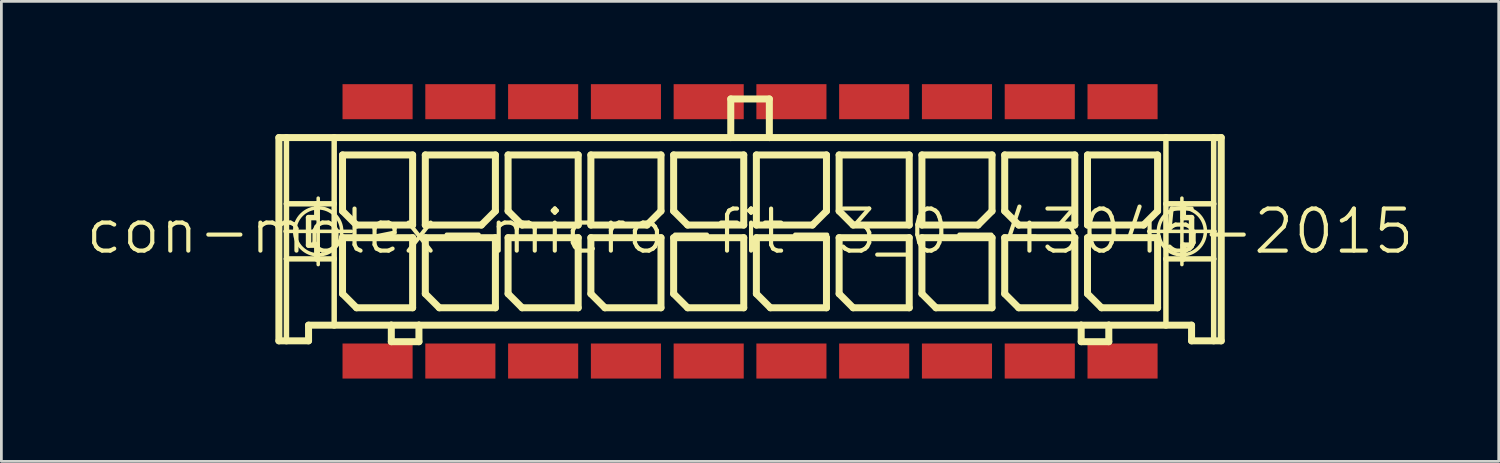
<source format=kicad_pcb>
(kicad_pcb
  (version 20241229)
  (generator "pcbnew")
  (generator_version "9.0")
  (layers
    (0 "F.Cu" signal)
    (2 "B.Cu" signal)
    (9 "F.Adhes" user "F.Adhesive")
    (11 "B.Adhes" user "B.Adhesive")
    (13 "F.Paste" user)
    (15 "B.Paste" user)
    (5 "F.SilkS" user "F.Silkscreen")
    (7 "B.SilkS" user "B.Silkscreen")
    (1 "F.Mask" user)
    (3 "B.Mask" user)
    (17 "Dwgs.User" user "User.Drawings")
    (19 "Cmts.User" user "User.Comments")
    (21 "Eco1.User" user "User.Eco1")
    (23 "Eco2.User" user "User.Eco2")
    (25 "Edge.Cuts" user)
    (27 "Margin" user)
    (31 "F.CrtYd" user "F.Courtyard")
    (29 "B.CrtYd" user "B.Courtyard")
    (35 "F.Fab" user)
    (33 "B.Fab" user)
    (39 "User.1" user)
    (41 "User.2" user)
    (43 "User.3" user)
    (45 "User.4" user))
  (footprint "con-molex-micro-fit-3_0-43045-2015"
    (layer "F.Cu")
    (at 24.13 5.334)
    (property "Reference" "con-molex-micro-fit-3_0-43045-2015" (at 0 0 0) (layer "F.SilkS") (effects (font (size 1.524 1.524) (thickness 0.15))))
    (attr smd)
    (fp_line (start -17.074 -3.399) (end -16.8 -3.399) (stroke (width 0.254) (type solid)) (layer "F.SilkS"))
    (fp_line (start -17.074 3.967) (end -17.074 -3.399) (stroke (width 0.254) (type solid)) (layer "F.SilkS"))
    (fp_line (start -16.853 0) (end -14.445 0) (stroke (width 0.127) (type solid)) (layer "F.SilkS"))
    (fp_line (start -16.8 -3.399) (end -15.07 -3.399) (stroke (width 0.254) (type solid)) (layer "F.SilkS"))
    (fp_line (start -16.8 -0.998) (end -16.8 -3.399) (stroke (width 0.198) (type solid)) (layer "F.SilkS"))
    (fp_line (start -16.8 0.998) (end -16.8 -0.998) (stroke (width 0.198) (type solid)) (layer "F.SilkS"))
    (fp_line (start -16.8 3.967) (end -17.074 3.967) (stroke (width 0.254) (type solid)) (layer "F.SilkS"))
    (fp_line (start -16.8 3.967) (end -16.8 0.998) (stroke (width 0.198) (type solid)) (layer "F.SilkS"))
    (fp_line (start -15.999 -0.498) (end -15.999 0.498) (stroke (width 0.198) (type solid)) (layer "F.SilkS"))
    (fp_line (start -15.999 0.498) (end -15.7 0.498) (stroke (width 0.198) (type solid)) (layer "F.SilkS"))
    (fp_line (start -15.999 3.399) (end -15.999 3.967) (stroke (width 0.254) (type solid)) (layer "F.SilkS"))
    (fp_line (start -15.999 3.967) (end -16.8 3.967) (stroke (width 0.254) (type solid)) (layer "F.SilkS"))
    (fp_line (start -15.7 -0.998) (end -16.8 -0.998) (stroke (width 0.198) (type solid)) (layer "F.SilkS"))
    (fp_line (start -15.7 -0.998) (end -15.7 -0.498) (stroke (width 0.198) (type solid)) (layer "F.SilkS"))
    (fp_line (start -15.7 -0.498) (end -15.999 -0.498) (stroke (width 0.198) (type solid)) (layer "F.SilkS"))
    (fp_line (start -15.7 0.498) (end -15.7 0.998) (stroke (width 0.198) (type solid)) (layer "F.SilkS"))
    (fp_line (start -15.7 0.998) (end -16.8 0.998) (stroke (width 0.198) (type solid)) (layer "F.SilkS"))
    (fp_line (start -15.649 1.204) (end -15.649 -1.204) (stroke (width 0.127) (type solid)) (layer "F.SilkS"))
    (fp_line (start -15.07 -3.399) (end -0.699 -3.399) (stroke (width 0.254) (type solid)) (layer "F.SilkS"))
    (fp_line (start -15.07 -0.998) (end -15.7 -0.998) (stroke (width 0.198) (type solid)) (layer "F.SilkS"))
    (fp_line (start -15.07 -0.998) (end -15.07 -3.399) (stroke (width 0.198) (type solid)) (layer "F.SilkS"))
    (fp_line (start -15.07 0.998) (end -15.7 0.998) (stroke (width 0.198) (type solid)) (layer "F.SilkS"))
    (fp_line (start -15.07 0.998) (end -15.07 -0.998) (stroke (width 0.198) (type solid)) (layer "F.SilkS"))
    (fp_line (start -15.07 3.399) (end -15.999 3.399) (stroke (width 0.254) (type solid)) (layer "F.SilkS"))
    (fp_line (start -15.07 3.399) (end -15.07 0.998) (stroke (width 0.198) (type solid)) (layer "F.SilkS"))
    (fp_line (start -14.768 -2.769) (end -12.228 -2.769) (stroke (width 0.254) (type solid)) (layer "F.SilkS"))
    (fp_line (start -14.768 -0.737) (end -14.768 -2.769) (stroke (width 0.254) (type solid)) (layer "F.SilkS"))
    (fp_line (start -14.768 0.229) (end -12.228 0.229) (stroke (width 0.254) (type solid)) (layer "F.SilkS"))
    (fp_line (start -14.768 2.261) (end -14.768 0.229) (stroke (width 0.254) (type solid)) (layer "F.SilkS"))
    (fp_line (start -14.26 -0.229) (end -14.768 -0.737) (stroke (width 0.254) (type solid)) (layer "F.SilkS"))
    (fp_line (start -14.26 2.769) (end -14.768 2.261) (stroke (width 0.254) (type solid)) (layer "F.SilkS"))
    (fp_line (start -13 3.399) (end -15.07 3.399) (stroke (width 0.254) (type solid)) (layer "F.SilkS"))
    (fp_line (start -13 3.399) (end -13 3.998) (stroke (width 0.254) (type solid)) (layer "F.SilkS"))
    (fp_line (start -13 3.998) (end -11.999 3.998) (stroke (width 0.254) (type solid)) (layer "F.SilkS"))
    (fp_line (start -12.228 -2.769) (end -12.228 -0.229) (stroke (width 0.254) (type solid)) (layer "F.SilkS"))
    (fp_line (start -12.228 -0.229) (end -14.26 -0.229) (stroke (width 0.254) (type solid)) (layer "F.SilkS"))
    (fp_line (start -12.228 0.229) (end -12.228 2.769) (stroke (width 0.254) (type solid)) (layer "F.SilkS"))
    (fp_line (start -12.228 2.769) (end -14.26 2.769) (stroke (width 0.254) (type solid)) (layer "F.SilkS"))
    (fp_line (start -11.999 3.399) (end -13 3.399) (stroke (width 0.254) (type solid)) (layer "F.SilkS"))
    (fp_line (start -11.999 3.998) (end -11.999 3.399) (stroke (width 0.254) (type solid)) (layer "F.SilkS"))
    (fp_line (start -11.768 -2.769) (end -11.768 -0.229) (stroke (width 0.254) (type solid)) (layer "F.SilkS"))
    (fp_line (start -11.768 -0.229) (end -9.736 -0.229) (stroke (width 0.254) (type solid)) (layer "F.SilkS"))
    (fp_line (start -11.768 0.229) (end -9.228 0.229) (stroke (width 0.254) (type solid)) (layer "F.SilkS"))
    (fp_line (start -11.768 2.261) (end -11.768 0.229) (stroke (width 0.254) (type solid)) (layer "F.SilkS"))
    (fp_line (start -11.26 2.769) (end -11.768 2.261) (stroke (width 0.254) (type solid)) (layer "F.SilkS"))
    (fp_line (start -9.736 -0.229) (end -9.228 -0.737) (stroke (width 0.254) (type solid)) (layer "F.SilkS"))
    (fp_line (start -9.228 -2.769) (end -11.768 -2.769) (stroke (width 0.254) (type solid)) (layer "F.SilkS"))
    (fp_line (start -9.228 -0.737) (end -9.228 -2.769) (stroke (width 0.254) (type solid)) (layer "F.SilkS"))
    (fp_line (start -9.228 0.229) (end -9.228 2.769) (stroke (width 0.254) (type solid)) (layer "F.SilkS"))
    (fp_line (start -9.228 2.769) (end -11.26 2.769) (stroke (width 0.254) (type solid)) (layer "F.SilkS"))
    (fp_line (start -8.768 -2.769) (end -6.228 -2.769) (stroke (width 0.254) (type solid)) (layer "F.SilkS"))
    (fp_line (start -8.768 -0.737) (end -8.768 -2.769) (stroke (width 0.254) (type solid)) (layer "F.SilkS"))
    (fp_line (start -8.768 0.229) (end -6.228 0.229) (stroke (width 0.254) (type solid)) (layer "F.SilkS"))
    (fp_line (start -8.768 2.261) (end -8.768 0.229) (stroke (width 0.254) (type solid)) (layer "F.SilkS"))
    (fp_line (start -8.26 -0.229) (end -8.768 -0.737) (stroke (width 0.254) (type solid)) (layer "F.SilkS"))
    (fp_line (start -8.26 2.769) (end -8.768 2.261) (stroke (width 0.254) (type solid)) (layer "F.SilkS"))
    (fp_line (start -6.228 -2.769) (end -6.228 -0.229) (stroke (width 0.254) (type solid)) (layer "F.SilkS"))
    (fp_line (start -6.228 -0.229) (end -8.26 -0.229) (stroke (width 0.254) (type solid)) (layer "F.SilkS"))
    (fp_line (start -6.228 0.229) (end -6.228 2.769) (stroke (width 0.254) (type solid)) (layer "F.SilkS"))
    (fp_line (start -6.228 2.769) (end -8.26 2.769) (stroke (width 0.254) (type solid)) (layer "F.SilkS"))
    (fp_line (start -5.768 -2.769) (end -5.768 -0.229) (stroke (width 0.254) (type solid)) (layer "F.SilkS"))
    (fp_line (start -5.768 -0.229) (end -3.736 -0.229) (stroke (width 0.254) (type solid)) (layer "F.SilkS"))
    (fp_line (start -5.768 0.229) (end -3.228 0.229) (stroke (width 0.254) (type solid)) (layer "F.SilkS"))
    (fp_line (start -5.768 2.261) (end -5.768 0.229) (stroke (width 0.254) (type solid)) (layer "F.SilkS"))
    (fp_line (start -5.26 2.769) (end -5.768 2.261) (stroke (width 0.254) (type solid)) (layer "F.SilkS"))
    (fp_line (start -3.736 -0.229) (end -3.228 -0.737) (stroke (width 0.254) (type solid)) (layer "F.SilkS"))
    (fp_line (start -3.228 -2.769) (end -5.768 -2.769) (stroke (width 0.254) (type solid)) (layer "F.SilkS"))
    (fp_line (start -3.228 -0.737) (end -3.228 -2.769) (stroke (width 0.254) (type solid)) (layer "F.SilkS"))
    (fp_line (start -3.228 0.229) (end -3.228 2.769) (stroke (width 0.254) (type solid)) (layer "F.SilkS"))
    (fp_line (start -3.228 2.769) (end -5.26 2.769) (stroke (width 0.254) (type solid)) (layer "F.SilkS"))
    (fp_line (start -2.769 -2.769) (end -0.229 -2.769) (stroke (width 0.254) (type solid)) (layer "F.SilkS"))
    (fp_line (start -2.769 -0.737) (end -2.769 -2.769) (stroke (width 0.254) (type solid)) (layer "F.SilkS"))
    (fp_line (start -2.769 0.229) (end -0.229 0.229) (stroke (width 0.254) (type solid)) (layer "F.SilkS"))
    (fp_line (start -2.769 2.261) (end -2.769 0.229) (stroke (width 0.254) (type solid)) (layer "F.SilkS"))
    (fp_line (start -2.261 -0.229) (end -2.769 -0.737) (stroke (width 0.254) (type solid)) (layer "F.SilkS"))
    (fp_line (start -2.261 2.769) (end -2.769 2.261) (stroke (width 0.254) (type solid)) (layer "F.SilkS"))
    (fp_line (start -0.699 -4.798) (end -0.699 -3.399) (stroke (width 0.254) (type solid)) (layer "F.SilkS"))
    (fp_line (start -0.699 -4.798) (end 0.699 -4.798) (stroke (width 0.254) (type solid)) (layer "F.SilkS"))
    (fp_line (start -0.699 -3.399) (end 0.699 -3.399) (stroke (width 0.254) (type solid)) (layer "F.SilkS"))
    (fp_line (start -0.229 -2.769) (end -0.229 -0.229) (stroke (width 0.254) (type solid)) (layer "F.SilkS"))
    (fp_line (start -0.229 -0.229) (end -2.261 -0.229) (stroke (width 0.254) (type solid)) (layer "F.SilkS"))
    (fp_line (start -0.229 0.229) (end -0.229 2.769) (stroke (width 0.254) (type solid)) (layer "F.SilkS"))
    (fp_line (start -0.229 2.769) (end -2.261 2.769) (stroke (width 0.254) (type solid)) (layer "F.SilkS"))
    (fp_line (start 0.229 -2.769) (end 0.229 -0.229) (stroke (width 0.254) (type solid)) (layer "F.SilkS"))
    (fp_line (start 0.229 -0.229) (end 2.261 -0.229) (stroke (width 0.254) (type solid)) (layer "F.SilkS"))
    (fp_line (start 0.229 0.229) (end 2.769 0.229) (stroke (width 0.254) (type solid)) (layer "F.SilkS"))
    (fp_line (start 0.229 2.261) (end 0.229 0.229) (stroke (width 0.254) (type solid)) (layer "F.SilkS"))
    (fp_line (start 0.699 -4.798) (end 0.699 -3.399) (stroke (width 0.254) (type solid)) (layer "F.SilkS"))
    (fp_line (start 0.699 -3.399) (end 15.07 -3.399) (stroke (width 0.254) (type solid)) (layer "F.SilkS"))
    (fp_line (start 0.737 2.769) (end 0.229 2.261) (stroke (width 0.254) (type solid)) (layer "F.SilkS"))
    (fp_line (start 2.261 -0.229) (end 2.769 -0.737) (stroke (width 0.254) (type solid)) (layer "F.SilkS"))
    (fp_line (start 2.769 -2.769) (end 0.229 -2.769) (stroke (width 0.254) (type solid)) (layer "F.SilkS"))
    (fp_line (start 2.769 -0.737) (end 2.769 -2.769) (stroke (width 0.254) (type solid)) (layer "F.SilkS"))
    (fp_line (start 2.769 0.229) (end 2.769 2.769) (stroke (width 0.254) (type solid)) (layer "F.SilkS"))
    (fp_line (start 2.769 2.769) (end 0.737 2.769) (stroke (width 0.254) (type solid)) (layer "F.SilkS"))
    (fp_line (start 3.228 -2.769) (end 5.768 -2.769) (stroke (width 0.254) (type solid)) (layer "F.SilkS"))
    (fp_line (start 3.228 -0.737) (end 3.228 -2.769) (stroke (width 0.254) (type solid)) (layer "F.SilkS"))
    (fp_line (start 3.228 0.229) (end 5.768 0.229) (stroke (width 0.254) (type solid)) (layer "F.SilkS"))
    (fp_line (start 3.228 2.261) (end 3.228 0.229) (stroke (width 0.254) (type solid)) (layer "F.SilkS"))
    (fp_line (start 3.736 -0.229) (end 3.228 -0.737) (stroke (width 0.254) (type solid)) (layer "F.SilkS"))
    (fp_line (start 3.736 2.769) (end 3.228 2.261) (stroke (width 0.254) (type solid)) (layer "F.SilkS"))
    (fp_line (start 5.768 -2.769) (end 5.768 -0.229) (stroke (width 0.254) (type solid)) (layer "F.SilkS"))
    (fp_line (start 5.768 -0.229) (end 3.736 -0.229) (stroke (width 0.254) (type solid)) (layer "F.SilkS"))
    (fp_line (start 5.768 0.229) (end 5.768 2.769) (stroke (width 0.254) (type solid)) (layer "F.SilkS"))
    (fp_line (start 5.768 2.769) (end 3.736 2.769) (stroke (width 0.254) (type solid)) (layer "F.SilkS"))
    (fp_line (start 6.228 -2.769) (end 6.228 -0.229) (stroke (width 0.254) (type solid)) (layer "F.SilkS"))
    (fp_line (start 6.228 -0.229) (end 8.26 -0.229) (stroke (width 0.254) (type solid)) (layer "F.SilkS"))
    (fp_line (start 6.228 0.229) (end 8.768 0.229) (stroke (width 0.254) (type solid)) (layer "F.SilkS"))
    (fp_line (start 6.228 2.261) (end 6.228 0.229) (stroke (width 0.254) (type solid)) (layer "F.SilkS"))
    (fp_line (start 6.736 2.769) (end 6.228 2.261) (stroke (width 0.254) (type solid)) (layer "F.SilkS"))
    (fp_line (start 8.26 -0.229) (end 8.768 -0.737) (stroke (width 0.254) (type solid)) (layer "F.SilkS"))
    (fp_line (start 8.768 -2.769) (end 6.228 -2.769) (stroke (width 0.254) (type solid)) (layer "F.SilkS"))
    (fp_line (start 8.768 -0.737) (end 8.768 -2.769) (stroke (width 0.254) (type solid)) (layer "F.SilkS"))
    (fp_line (start 8.768 0.229) (end 8.768 2.769) (stroke (width 0.254) (type solid)) (layer "F.SilkS"))
    (fp_line (start 8.768 2.769) (end 6.736 2.769) (stroke (width 0.254) (type solid)) (layer "F.SilkS"))
    (fp_line (start 9.228 -2.769) (end 11.768 -2.769) (stroke (width 0.254) (type solid)) (layer "F.SilkS"))
    (fp_line (start 9.228 -0.737) (end 9.228 -2.769) (stroke (width 0.254) (type solid)) (layer "F.SilkS"))
    (fp_line (start 9.228 0.229) (end 11.768 0.229) (stroke (width 0.254) (type solid)) (layer "F.SilkS"))
    (fp_line (start 9.228 2.261) (end 9.228 0.229) (stroke (width 0.254) (type solid)) (layer "F.SilkS"))
    (fp_line (start 9.736 -0.229) (end 9.228 -0.737) (stroke (width 0.254) (type solid)) (layer "F.SilkS"))
    (fp_line (start 9.736 2.769) (end 9.228 2.261) (stroke (width 0.254) (type solid)) (layer "F.SilkS"))
    (fp_line (start 11.768 -2.769) (end 11.768 -0.229) (stroke (width 0.254) (type solid)) (layer "F.SilkS"))
    (fp_line (start 11.768 -0.229) (end 9.736 -0.229) (stroke (width 0.254) (type solid)) (layer "F.SilkS"))
    (fp_line (start 11.768 0.229) (end 11.768 2.769) (stroke (width 0.254) (type solid)) (layer "F.SilkS"))
    (fp_line (start 11.768 2.769) (end 9.736 2.769) (stroke (width 0.254) (type solid)) (layer "F.SilkS"))
    (fp_line (start 11.999 3.399) (end -11.999 3.399) (stroke (width 0.254) (type solid)) (layer "F.SilkS"))
    (fp_line (start 11.999 3.399) (end 11.999 3.998) (stroke (width 0.254) (type solid)) (layer "F.SilkS"))
    (fp_line (start 11.999 3.998) (end 13 3.998) (stroke (width 0.254) (type solid)) (layer "F.SilkS"))
    (fp_line (start 12.228 -2.769) (end 12.228 -0.229) (stroke (width 0.254) (type solid)) (layer "F.SilkS"))
    (fp_line (start 12.228 -0.229) (end 14.26 -0.229) (stroke (width 0.254) (type solid)) (layer "F.SilkS"))
    (fp_line (start 12.228 0.229) (end 14.768 0.229) (stroke (width 0.254) (type solid)) (layer "F.SilkS"))
    (fp_line (start 12.228 2.261) (end 12.228 0.229) (stroke (width 0.254) (type solid)) (layer "F.SilkS"))
    (fp_line (start 12.736 2.769) (end 12.228 2.261) (stroke (width 0.254) (type solid)) (layer "F.SilkS"))
    (fp_line (start 13 3.399) (end 11.999 3.399) (stroke (width 0.254) (type solid)) (layer "F.SilkS"))
    (fp_line (start 13 3.998) (end 13 3.399) (stroke (width 0.254) (type solid)) (layer "F.SilkS"))
    (fp_line (start 14.26 -0.229) (end 14.768 -0.737) (stroke (width 0.254) (type solid)) (layer "F.SilkS"))
    (fp_line (start 14.445 0) (end 16.853 0) (stroke (width 0.127) (type solid)) (layer "F.SilkS"))
    (fp_line (start 14.768 -2.769) (end 12.228 -2.769) (stroke (width 0.254) (type solid)) (layer "F.SilkS"))
    (fp_line (start 14.768 -0.737) (end 14.768 -2.769) (stroke (width 0.254) (type solid)) (layer "F.SilkS"))
    (fp_line (start 14.768 0.229) (end 14.768 2.769) (stroke (width 0.254) (type solid)) (layer "F.SilkS"))
    (fp_line (start 14.768 2.769) (end 12.736 2.769) (stroke (width 0.254) (type solid)) (layer "F.SilkS"))
    (fp_line (start 15.07 -3.399) (end 15.07 -0.998) (stroke (width 0.198) (type solid)) (layer "F.SilkS"))
    (fp_line (start 15.07 -3.399) (end 16.8 -3.399) (stroke (width 0.254) (type solid)) (layer "F.SilkS"))
    (fp_line (start 15.07 -0.998) (end 15.07 0.998) (stroke (width 0.198) (type solid)) (layer "F.SilkS"))
    (fp_line (start 15.07 -0.998) (end 15.7 -0.998) (stroke (width 0.198) (type solid)) (layer "F.SilkS"))
    (fp_line (start 15.07 0.998) (end 15.07 3.399) (stroke (width 0.198) (type solid)) (layer "F.SilkS"))
    (fp_line (start 15.07 0.998) (end 15.7 0.998) (stroke (width 0.198) (type solid)) (layer "F.SilkS"))
    (fp_line (start 15.07 3.399) (end 13 3.399) (stroke (width 0.254) (type solid)) (layer "F.SilkS"))
    (fp_line (start 15.649 1.204) (end 15.649 -1.204) (stroke (width 0.127) (type solid)) (layer "F.SilkS"))
    (fp_line (start 15.7 -0.998) (end 15.7 -0.498) (stroke (width 0.198) (type solid)) (layer "F.SilkS"))
    (fp_line (start 15.7 -0.998) (end 16.8 -0.998) (stroke (width 0.198) (type solid)) (layer "F.SilkS"))
    (fp_line (start 15.7 -0.498) (end 15.999 -0.498) (stroke (width 0.198) (type solid)) (layer "F.SilkS"))
    (fp_line (start 15.7 0.498) (end 15.7 0.998) (stroke (width 0.198) (type solid)) (layer "F.SilkS"))
    (fp_line (start 15.7 0.998) (end 16.8 0.998) (stroke (width 0.198) (type solid)) (layer "F.SilkS"))
    (fp_line (start 15.999 -0.498) (end 15.999 0.498) (stroke (width 0.198) (type solid)) (layer "F.SilkS"))
    (fp_line (start 15.999 0.498) (end 15.7 0.498) (stroke (width 0.198) (type solid)) (layer "F.SilkS"))
    (fp_line (start 15.999 3.399) (end 15.07 3.399) (stroke (width 0.254) (type solid)) (layer "F.SilkS"))
    (fp_line (start 15.999 3.967) (end 15.999 3.399) (stroke (width 0.254) (type solid)) (layer "F.SilkS"))
    (fp_line (start 15.999 3.967) (end 16.8 3.967) (stroke (width 0.254) (type solid)) (layer "F.SilkS"))
    (fp_line (start 16.8 -3.399) (end 17.074 -3.399) (stroke (width 0.254) (type solid)) (layer "F.SilkS"))
    (fp_line (start 16.8 -0.998) (end 16.8 -3.399) (stroke (width 0.198) (type solid)) (layer "F.SilkS"))
    (fp_line (start 16.8 0.998) (end 16.8 -0.998) (stroke (width 0.198) (type solid)) (layer "F.SilkS"))
    (fp_line (start 16.8 3.967) (end 16.8 0.998) (stroke (width 0.198) (type solid)) (layer "F.SilkS"))
    (fp_line (start 16.8 3.967) (end 17.074 3.967) (stroke (width 0.254) (type solid)) (layer "F.SilkS"))
    (fp_line (start 17.074 -3.399) (end 17.074 3.967) (stroke (width 0.254) (type solid)) (layer "F.SilkS"))
    (fp_circle (center -15.649 0) (end -16.251 0.602) (stroke (width 0.127) (type solid)) (fill no) (layer "F.SilkS"))
    (fp_circle (center 15.649 0) (end 16.251 0.602) (stroke (width 0.127) (type solid)) (fill no) (layer "F.SilkS"))
    (pad "P$1" smd rect (at 13.498 4.699) (size 2.54 1.27) (layers "F.Cu" "F.Mask" "F.Paste"))
    (pad "P$2" smd rect (at 10.498 4.699) (size 2.54 1.27) (layers "F.Cu" "F.Mask" "F.Paste"))
    (pad "P$3" smd rect (at 7.498 4.699) (size 2.54 1.27) (layers "F.Cu" "F.Mask" "F.Paste"))
    (pad "P$4" smd rect (at 4.498 4.699) (size 2.54 1.27) (layers "F.Cu" "F.Mask" "F.Paste"))
    (pad "P$5" smd rect (at 1.499 4.699) (size 2.54 1.27) (layers "F.Cu" "F.Mask" "F.Paste"))
    (pad "P$6" smd rect (at -1.499 4.699) (size 2.54 1.27) (layers "F.Cu" "F.Mask" "F.Paste"))
    (pad "P$7" smd rect (at -4.498 4.699) (size 2.54 1.27) (layers "F.Cu" "F.Mask" "F.Paste"))
    (pad "P$8" smd rect (at -7.498 4.699) (size 2.54 1.27) (layers "F.Cu" "F.Mask" "F.Paste"))
    (pad "P$9" smd rect (at -10.498 4.699) (size 2.54 1.27) (layers "F.Cu" "F.Mask" "F.Paste"))
    (pad "P$10" smd rect (at -13.498 4.699) (size 2.54 1.27) (layers "F.Cu" "F.Mask" "F.Paste"))
    (pad "P$11" smd rect (at 13.498 -4.699) (size 2.54 1.27) (layers "F.Cu" "F.Mask" "F.Paste"))
    (pad "P$12" smd rect (at 10.498 -4.699) (size 2.54 1.27) (layers "F.Cu" "F.Mask" "F.Paste"))
    (pad "P$13" smd rect (at 7.498 -4.699) (size 2.54 1.27) (layers "F.Cu" "F.Mask" "F.Paste"))
    (pad "P$14" smd rect (at 4.498 -4.699) (size 2.54 1.27) (layers "F.Cu" "F.Mask" "F.Paste"))
    (pad "P$15" smd rect (at 1.499 -4.699) (size 2.54 1.27) (layers "F.Cu" "F.Mask" "F.Paste"))
    (pad "P$16" smd rect (at -1.499 -4.699) (size 2.54 1.27) (layers "F.Cu" "F.Mask" "F.Paste"))
    (pad "P$17" smd rect (at -4.498 -4.699) (size 2.54 1.27) (layers "F.Cu" "F.Mask" "F.Paste"))
    (pad "P$18" smd rect (at -7.498 -4.699) (size 2.54 1.27) (layers "F.Cu" "F.Mask" "F.Paste"))
    (pad "P$19" smd rect (at -10.498 -4.699) (size 2.54 1.27) (layers "F.Cu" "F.Mask" "F.Paste"))
    (pad "P$20" smd rect (at -13.498 -4.699) (size 2.54 1.27) (layers "F.Cu" "F.Mask" "F.Paste")))
  (gr_rect
    (start -3 -3)
    (end 51.26 13.668)
    (stroke (width 0.1) (type default))
    (fill no)
    (layer "Edge.Cuts")))
</source>
